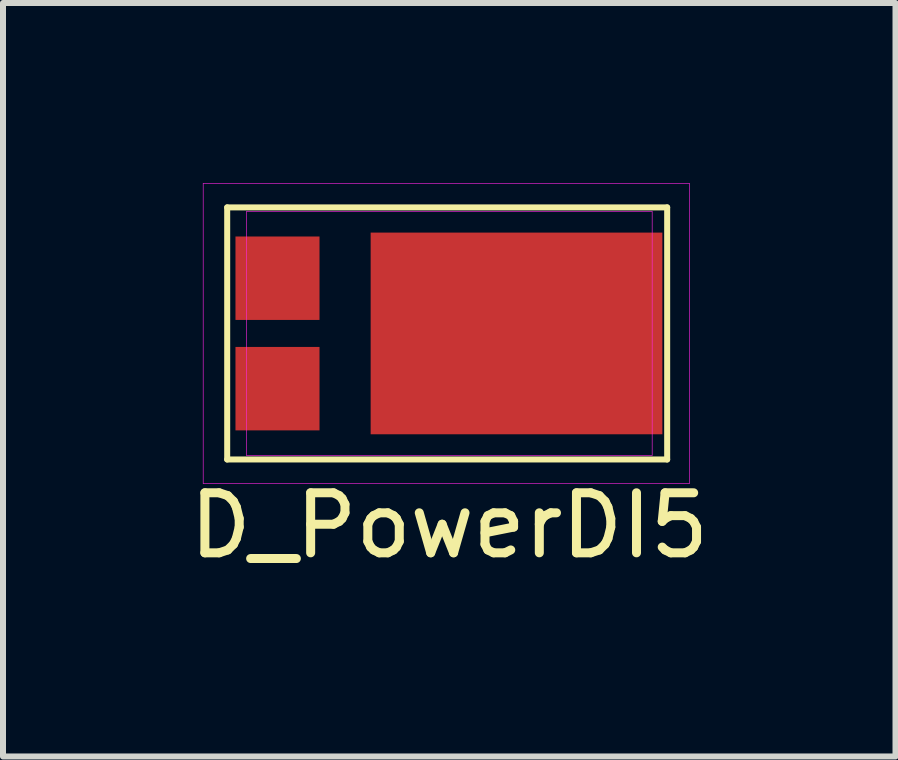
<source format=kicad_pcb>
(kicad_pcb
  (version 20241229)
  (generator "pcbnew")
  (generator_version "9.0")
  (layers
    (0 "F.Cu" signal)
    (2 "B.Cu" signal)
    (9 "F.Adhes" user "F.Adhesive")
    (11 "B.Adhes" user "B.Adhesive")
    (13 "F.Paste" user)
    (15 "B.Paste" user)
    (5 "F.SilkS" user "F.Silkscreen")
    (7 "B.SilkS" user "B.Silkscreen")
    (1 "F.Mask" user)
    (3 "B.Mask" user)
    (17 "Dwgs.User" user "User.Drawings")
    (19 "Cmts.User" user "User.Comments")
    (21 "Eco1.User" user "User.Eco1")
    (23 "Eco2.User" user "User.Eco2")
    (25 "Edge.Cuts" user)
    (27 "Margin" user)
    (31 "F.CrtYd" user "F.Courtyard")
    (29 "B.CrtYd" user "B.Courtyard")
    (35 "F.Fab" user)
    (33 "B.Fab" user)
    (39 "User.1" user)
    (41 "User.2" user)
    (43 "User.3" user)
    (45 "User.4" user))
  (footprint "D_PowerDI5"
    (layer "F.Cu")
    (at 4.435 2.505)
    (property "Reference" "D_PowerDI5" (at 0 3.2 0) (layer "F.SilkS") (effects (font (size 1 1) (thickness 0.15))))
    (attr smd)
    (fp_line (start -3.7 -2.1) (end -3.7 2.1) (stroke (width 0.1) (type solid)) (layer "F.SilkS"))
    (fp_line (start -3.7 2.1) (end 3.63 2.1) (stroke (width 0.1) (type solid)) (layer "F.SilkS"))
    (fp_line (start 3.63 -2.1) (end -3.7 -2.1) (stroke (width 0.1) (type solid)) (layer "F.SilkS"))
    (fp_line (start 3.63 2.1) (end 3.63 -2.1) (stroke (width 0.1) (type solid)) (layer "F.SilkS"))
    (fp_line (start -4.1 -2.5) (end 4 -2.5) (stroke (width 0.01) (type solid)) (layer "F.CrtYd"))
    (fp_line (start -4.1 2.5) (end -4.1 -2.5) (stroke (width 0.01) (type solid)) (layer "F.CrtYd"))
    (fp_line (start -3.38 2.03) (end -3.38 -2.03) (stroke (width 0.01) (type solid)) (layer "F.CrtYd"))
    (fp_line (start 3.38 -2.03) (end -3.38 -2.03) (stroke (width 0.01) (type solid)) (layer "F.CrtYd"))
    (fp_line (start 3.38 2.03) (end -3.38 2.03) (stroke (width 0.01) (type solid)) (layer "F.CrtYd"))
    (fp_line (start 3.38 2.03) (end 3.38 -2.03) (stroke (width 0.01) (type solid)) (layer "F.CrtYd"))
    (fp_line (start 4 -2.5) (end 4 2.5) (stroke (width 0.01) (type solid)) (layer "F.CrtYd"))
    (fp_line (start 4 2.5) (end -4.1 2.5) (stroke (width 0.01) (type solid)) (layer "F.CrtYd"))
    (pad "1" smd rect (at 1.12 0) (size 4.86 3.36) (layers "F.Cu" "F.Mask" "F.Paste"))
    (pad "2" smd rect (at -2.862 -0.92) (size 1.4 1.39) (layers "F.Cu" "F.Mask" "F.Paste"))
    (pad "2" smd rect (at -2.862 0.92) (size 1.4 1.39) (layers "F.Cu" "F.Mask" "F.Paste")))
  (gr_rect
    (start -3 -3)
    (end 11.869 9.553)
    (stroke (width 0.1) (type default))
    (fill no)
    (layer "Edge.Cuts")))
</source>
